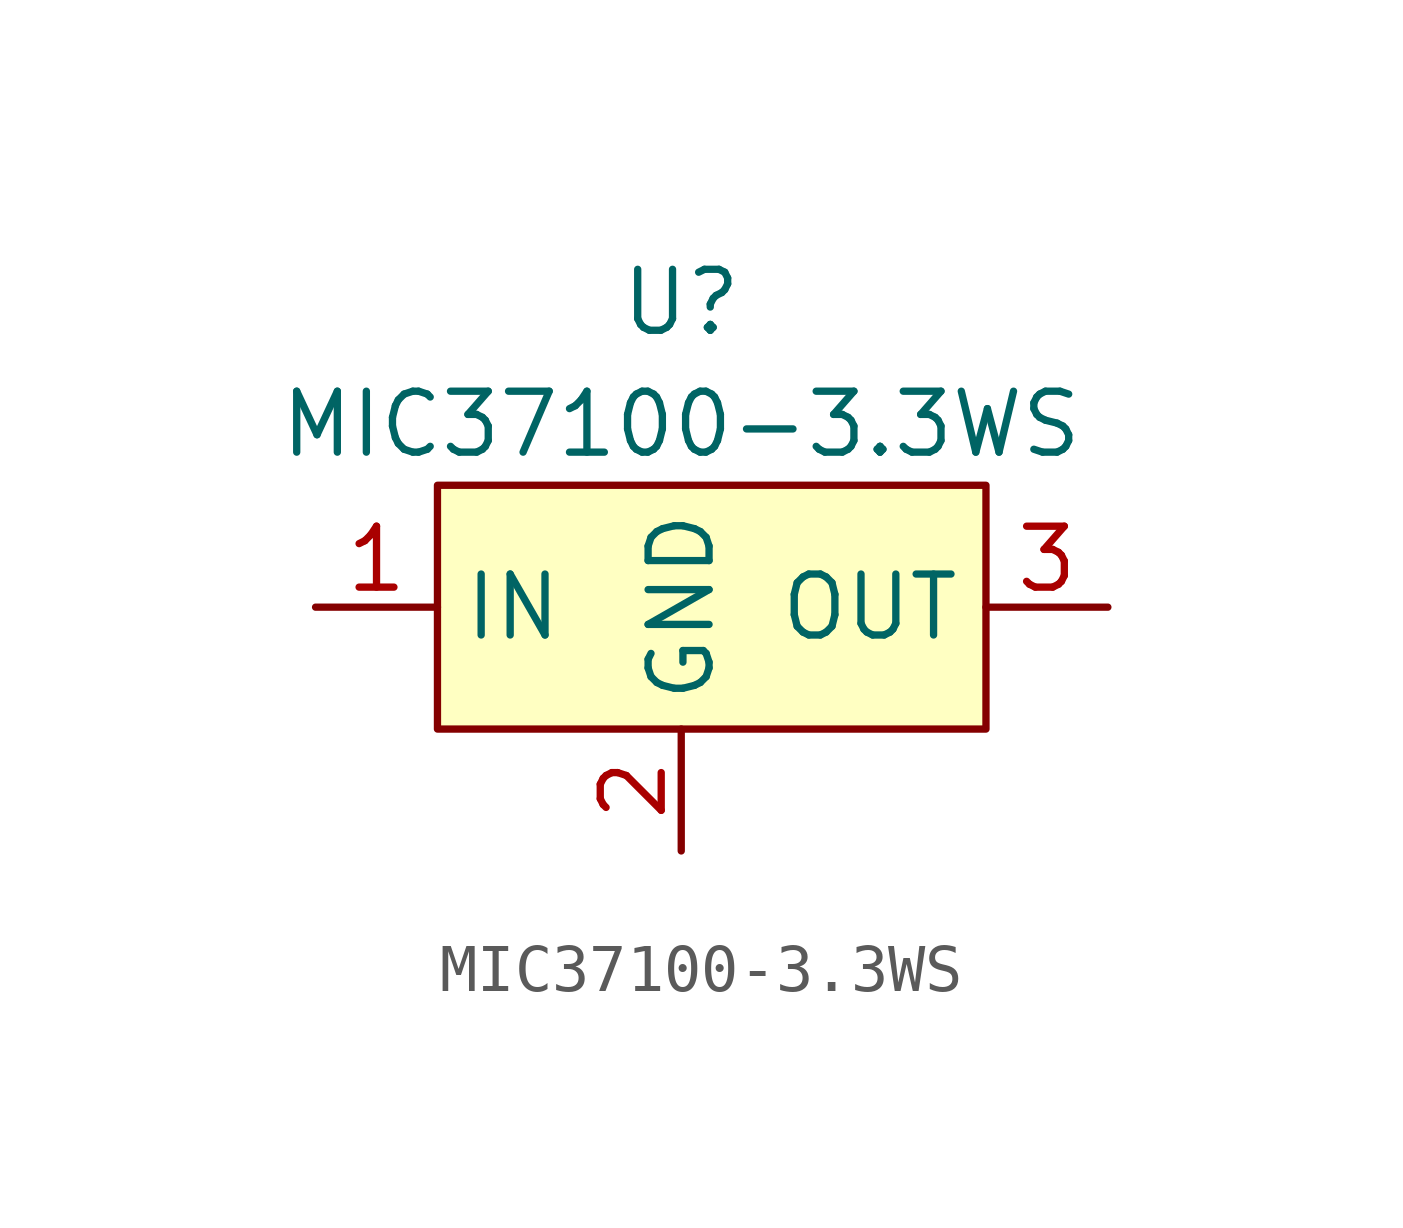
<source format=kicad_sym>
(kicad_symbol_lib
  (version 20220914)
  (generator kicad_symbol_editor)
  (symbol "MIC37100-3.3WS"
    (property "Reference" "U"
      (at 0 6.35 0)
      (effects (font (size 1.27 1.27))))
    (property "Value" "MIC37100-3.3WS"
      (at 0 3.81 0)
      (effects (font (size 1.27 1.27))))
    (symbol "MIC37100-3.3WS_1_1"
      (rectangle (start -5.08 2.54) (end 6.35 -2.54) (stroke (width 0) (type default)) (fill (type background)))
      (pin input line (at -7.62 0 0) (length 2.54) (name "IN" (effects (font (size 1.27 1.27)))) (number "1" (effects (font (size 1.27 1.27)))))
      (pin input line (at 0 -5.08 90) (length 2.54) (name "GND" (effects (font (size 1.27 1.27)))) (number "2" (effects (font (size 1.27 1.27)))))
      (pin input line (at 8.89 0 180) (length 2.54) (name "OUT" (effects (font (size 1.27 1.27)))) (number "3" (effects (font (size 1.27 1.27))))))))
</source>
